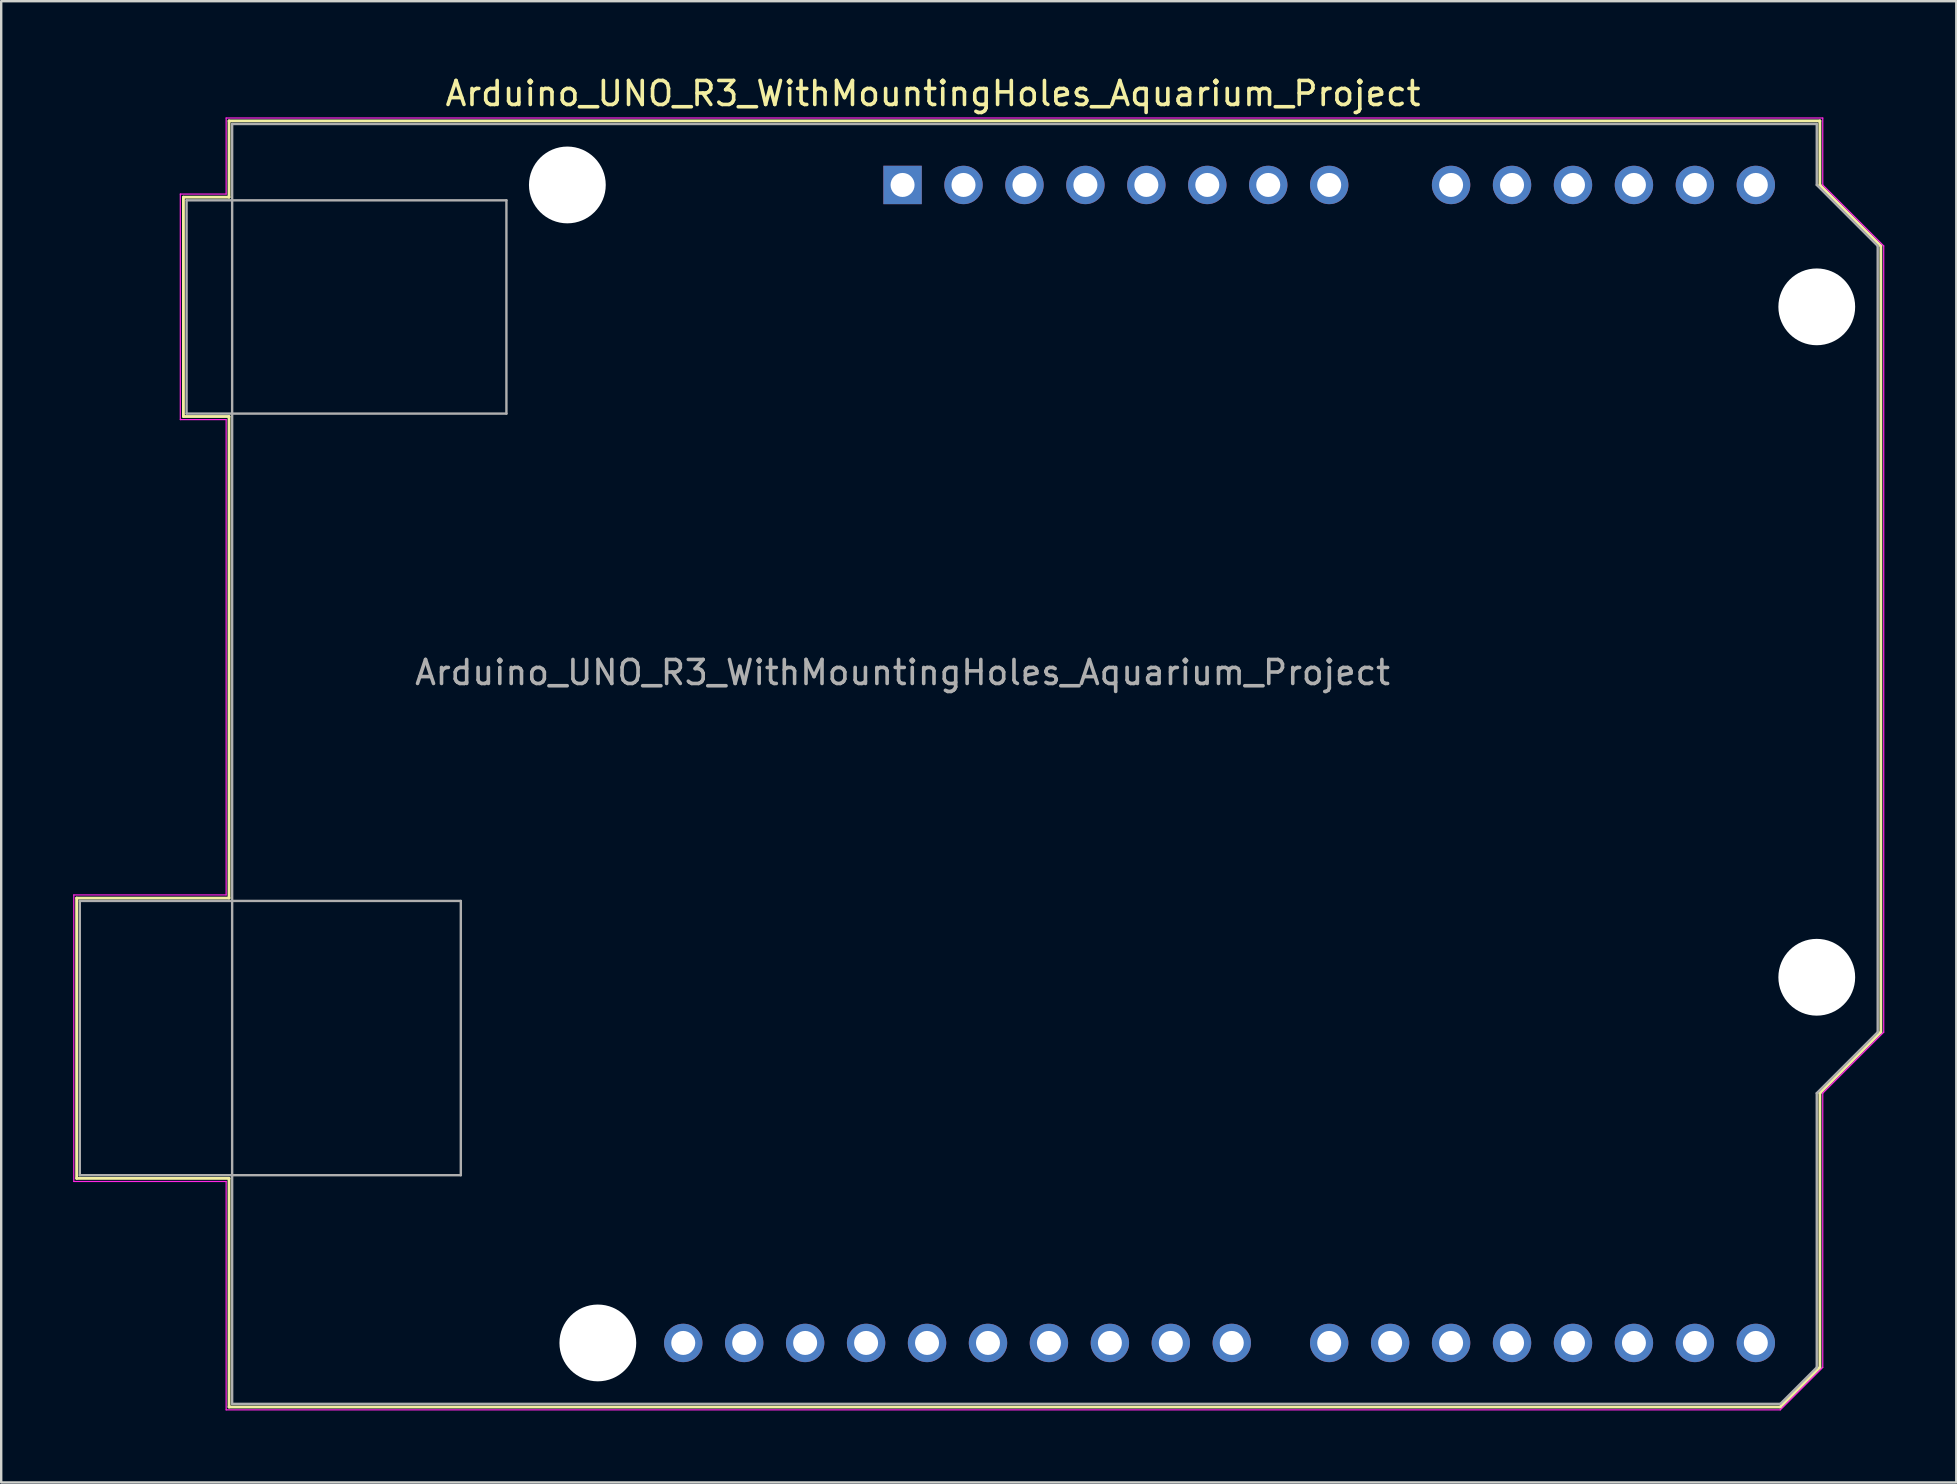
<source format=kicad_pcb>
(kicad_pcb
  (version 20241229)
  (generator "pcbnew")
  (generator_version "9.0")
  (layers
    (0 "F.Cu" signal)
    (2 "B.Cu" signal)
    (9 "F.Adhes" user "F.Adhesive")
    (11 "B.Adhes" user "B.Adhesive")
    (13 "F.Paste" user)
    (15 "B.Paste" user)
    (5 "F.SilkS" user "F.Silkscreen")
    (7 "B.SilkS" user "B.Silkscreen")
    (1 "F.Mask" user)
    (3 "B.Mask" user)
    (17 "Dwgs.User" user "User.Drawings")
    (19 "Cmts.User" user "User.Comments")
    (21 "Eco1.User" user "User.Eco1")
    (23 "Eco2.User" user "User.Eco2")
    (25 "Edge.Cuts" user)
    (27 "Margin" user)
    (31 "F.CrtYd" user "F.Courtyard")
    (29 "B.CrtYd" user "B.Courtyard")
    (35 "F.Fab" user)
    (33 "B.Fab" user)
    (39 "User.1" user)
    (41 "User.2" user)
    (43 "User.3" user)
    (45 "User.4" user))
  (footprint "Arduino_UNO_R3_WithMountingHoles_Aquarium_Project"
    (layer "F.Cu")
    (at 34.565 4.658)
    (property "Reference" "Arduino_UNO_R3_WithMountingHoles_Aquarium_Project" (at 1.27 -3.81 180) (layer "F.SilkS") (effects (font (size 1 1) (thickness 0.15))))
    (attr through_hole)
    (fp_line (start -34.42 29.72) (end -34.42 41.4) (stroke (width 0.12) (type solid)) (layer "F.SilkS"))
    (fp_line (start -34.42 41.4) (end -28.07 41.4) (stroke (width 0.12) (type solid)) (layer "F.SilkS"))
    (fp_line (start -29.97 0.51) (end -29.97 9.65) (stroke (width 0.12) (type solid)) (layer "F.SilkS"))
    (fp_line (start -29.97 9.65) (end -28.07 9.65) (stroke (width 0.12) (type solid)) (layer "F.SilkS"))
    (fp_line (start -28.07 -2.67) (end -28.07 0.51) (stroke (width 0.12) (type solid)) (layer "F.SilkS"))
    (fp_line (start -28.07 0.51) (end -29.97 0.51) (stroke (width 0.12) (type solid)) (layer "F.SilkS"))
    (fp_line (start -28.07 9.65) (end -28.07 29.72) (stroke (width 0.12) (type solid)) (layer "F.SilkS"))
    (fp_line (start -28.07 29.72) (end -34.42 29.72) (stroke (width 0.12) (type solid)) (layer "F.SilkS"))
    (fp_line (start -28.07 41.4) (end -28.07 50.93) (stroke (width 0.12) (type solid)) (layer "F.SilkS"))
    (fp_line (start -28.07 50.93) (end 36.58 50.93) (stroke (width 0.12) (type solid)) (layer "F.SilkS"))
    (fp_line (start 36.58 50.93) (end 38.23 49.28) (stroke (width 0.12) (type solid)) (layer "F.SilkS"))
    (fp_line (start 38.23 -2.67) (end -28.07 -2.67) (stroke (width 0.12) (type solid)) (layer "F.SilkS"))
    (fp_line (start 38.23 0) (end 38.23 -2.67) (stroke (width 0.12) (type solid)) (layer "F.SilkS"))
    (fp_line (start 38.23 37.85) (end 40.77 35.31) (stroke (width 0.12) (type solid)) (layer "F.SilkS"))
    (fp_line (start 38.23 49.28) (end 38.23 37.85) (stroke (width 0.12) (type solid)) (layer "F.SilkS"))
    (fp_line (start 40.77 2.54) (end 38.23 0) (stroke (width 0.12) (type solid)) (layer "F.SilkS"))
    (fp_line (start 40.77 35.31) (end 40.77 2.54) (stroke (width 0.12) (type solid)) (layer "F.SilkS"))
    (fp_line (start -34.54 29.59) (end -28.19 29.59) (stroke (width 0.05) (type solid)) (layer "F.CrtYd"))
    (fp_line (start -34.54 41.53) (end -34.54 29.59) (stroke (width 0.05) (type solid)) (layer "F.CrtYd"))
    (fp_line (start -30.1 0.38) (end -28.19 0.38) (stroke (width 0.05) (type solid)) (layer "F.CrtYd"))
    (fp_line (start -30.1 9.78) (end -30.1 0.38) (stroke (width 0.05) (type solid)) (layer "F.CrtYd"))
    (fp_line (start -28.19 -2.79) (end 38.35 -2.79) (stroke (width 0.05) (type solid)) (layer "F.CrtYd"))
    (fp_line (start -28.19 0.38) (end -28.19 -2.79) (stroke (width 0.05) (type solid)) (layer "F.CrtYd"))
    (fp_line (start -28.19 9.78) (end -30.1 9.78) (stroke (width 0.05) (type solid)) (layer "F.CrtYd"))
    (fp_line (start -28.19 29.59) (end -28.19 9.78) (stroke (width 0.05) (type solid)) (layer "F.CrtYd"))
    (fp_line (start -28.19 41.53) (end -34.54 41.53) (stroke (width 0.05) (type solid)) (layer "F.CrtYd"))
    (fp_line (start -28.19 51.05) (end -28.19 41.53) (stroke (width 0.05) (type solid)) (layer "F.CrtYd"))
    (fp_line (start 36.58 51.05) (end -28.19 51.05) (stroke (width 0.05) (type solid)) (layer "F.CrtYd"))
    (fp_line (start 38.35 -2.79) (end 38.35 0) (stroke (width 0.05) (type solid)) (layer "F.CrtYd"))
    (fp_line (start 38.35 0) (end 40.89 2.54) (stroke (width 0.05) (type solid)) (layer "F.CrtYd"))
    (fp_line (start 38.35 37.85) (end 38.35 49.28) (stroke (width 0.05) (type solid)) (layer "F.CrtYd"))
    (fp_line (start 38.35 49.28) (end 36.58 51.05) (stroke (width 0.05) (type solid)) (layer "F.CrtYd"))
    (fp_line (start 40.89 2.54) (end 40.89 35.31) (stroke (width 0.05) (type solid)) (layer "F.CrtYd"))
    (fp_line (start 40.89 35.31) (end 38.35 37.85) (stroke (width 0.05) (type solid)) (layer "F.CrtYd"))
    (fp_line (start -34.29 29.84) (end -18.41 29.84) (stroke (width 0.1) (type solid)) (layer "F.Fab"))
    (fp_line (start -34.29 41.27) (end -34.29 29.84) (stroke (width 0.1) (type solid)) (layer "F.Fab"))
    (fp_line (start -29.84 0.64) (end -16.51 0.64) (stroke (width 0.1) (type solid)) (layer "F.Fab"))
    (fp_line (start -29.84 9.53) (end -29.84 0.64) (stroke (width 0.1) (type solid)) (layer "F.Fab"))
    (fp_line (start -27.94 -2.54) (end 38.1 -2.54) (stroke (width 0.1) (type solid)) (layer "F.Fab"))
    (fp_line (start -27.94 50.8) (end -27.94 -2.54) (stroke (width 0.1) (type solid)) (layer "F.Fab"))
    (fp_line (start -18.41 29.84) (end -18.41 41.27) (stroke (width 0.1) (type solid)) (layer "F.Fab"))
    (fp_line (start -18.41 41.27) (end -34.29 41.27) (stroke (width 0.1) (type solid)) (layer "F.Fab"))
    (fp_line (start -16.51 0.64) (end -16.51 9.53) (stroke (width 0.1) (type solid)) (layer "F.Fab"))
    (fp_line (start -16.51 9.53) (end -29.84 9.53) (stroke (width 0.1) (type solid)) (layer "F.Fab"))
    (fp_line (start 36.58 50.8) (end -27.94 50.8) (stroke (width 0.1) (type solid)) (layer "F.Fab"))
    (fp_line (start 38.1 -2.54) (end 38.1 0) (stroke (width 0.1) (type solid)) (layer "F.Fab"))
    (fp_line (start 38.1 0) (end 40.64 2.54) (stroke (width 0.1) (type solid)) (layer "F.Fab"))
    (fp_line (start 38.1 37.85) (end 38.1 49.28) (stroke (width 0.1) (type solid)) (layer "F.Fab"))
    (fp_line (start 38.1 49.28) (end 36.58 50.8) (stroke (width 0.1) (type solid)) (layer "F.Fab"))
    (fp_line (start 40.64 2.54) (end 40.64 35.31) (stroke (width 0.1) (type solid)) (layer "F.Fab"))
    (fp_line (start 40.64 35.31) (end 38.1 37.85) (stroke (width 0.1) (type solid)) (layer "F.Fab"))
    (fp_text user "${REFERENCE}" (at 0 20.32 180) (layer "F.Fab") (effects (font (size 1 1) (thickness 0.15))))
    (pad "" np_thru_hole circle (at -13.97 0 90) (size 3.2 3.2) (drill 3.2) (layers "*.Cu" "*.Mask"))
    (pad "" np_thru_hole circle (at -12.7 48.26 90) (size 3.2 3.2) (drill 3.2) (layers "*.Cu" "*.Mask"))
    (pad "" np_thru_hole circle (at 38.1 5.08 90) (size 3.2 3.2) (drill 3.2) (layers "*.Cu" "*.Mask"))
    (pad "" np_thru_hole circle (at 38.1 33.02 90) (size 3.2 3.2) (drill 3.2) (layers "*.Cu" "*.Mask"))
    (pad "1" thru_hole rect (at 0 0 90) (size 1.6 1.6) (drill 1) (layers "*.Cu" "*.Mask"))
    (pad "2" thru_hole oval (at 2.54 0 90) (size 1.6 1.6) (drill 1) (layers "*.Cu" "*.Mask"))
    (pad "3" thru_hole oval (at 5.08 0 90) (size 1.6 1.6) (drill 1) (layers "*.Cu" "*.Mask"))
    (pad "4" thru_hole oval (at 7.62 0 90) (size 1.6 1.6) (drill 1) (layers "*.Cu" "*.Mask"))
    (pad "5" thru_hole oval (at 10.16 0 90) (size 1.6 1.6) (drill 1) (layers "*.Cu" "*.Mask"))
    (pad "6" thru_hole oval (at 12.7 0 90) (size 1.6 1.6) (drill 1) (layers "*.Cu" "*.Mask"))
    (pad "7" thru_hole oval (at 15.24 0 90) (size 1.6 1.6) (drill 1) (layers "*.Cu" "*.Mask"))
    (pad "8" thru_hole oval (at 17.78 0 90) (size 1.6 1.6) (drill 1) (layers "*.Cu" "*.Mask"))
    (pad "9" thru_hole oval (at 22.86 0 90) (size 1.6 1.6) (drill 1) (layers "*.Cu" "*.Mask"))
    (pad "10" thru_hole oval (at 25.4 0 90) (size 1.6 1.6) (drill 1) (layers "*.Cu" "*.Mask"))
    (pad "11" thru_hole oval (at 27.94 0 90) (size 1.6 1.6) (drill 1) (layers "*.Cu" "*.Mask"))
    (pad "12" thru_hole oval (at 30.48 0 90) (size 1.6 1.6) (drill 1) (layers "*.Cu" "*.Mask"))
    (pad "13" thru_hole oval (at 33.02 0 90) (size 1.6 1.6) (drill 1) (layers "*.Cu" "*.Mask"))
    (pad "14" thru_hole oval (at 35.56 0 90) (size 1.6 1.6) (drill 1) (layers "*.Cu" "*.Mask"))
    (pad "15" thru_hole oval (at 35.56 48.26 90) (size 1.6 1.6) (drill 1) (layers "*.Cu" "*.Mask"))
    (pad "16" thru_hole oval (at 33.02 48.26 90) (size 1.6 1.6) (drill 1) (layers "*.Cu" "*.Mask"))
    (pad "17" thru_hole oval (at 30.48 48.26 90) (size 1.6 1.6) (drill 1) (layers "*.Cu" "*.Mask"))
    (pad "18" thru_hole oval (at 27.94 48.26 90) (size 1.6 1.6) (drill 1) (layers "*.Cu" "*.Mask"))
    (pad "19" thru_hole oval (at 25.4 48.26 90) (size 1.6 1.6) (drill 1) (layers "*.Cu" "*.Mask"))
    (pad "20" thru_hole oval (at 22.86 48.26 90) (size 1.6 1.6) (drill 1) (layers "*.Cu" "*.Mask"))
    (pad "21" thru_hole oval (at 20.32 48.26 90) (size 1.6 1.6) (drill 1) (layers "*.Cu" "*.Mask"))
    (pad "22" thru_hole oval (at 17.78 48.26 90) (size 1.6 1.6) (drill 1) (layers "*.Cu" "*.Mask"))
    (pad "23" thru_hole oval (at 13.72 48.26 90) (size 1.6 1.6) (drill 1) (layers "*.Cu" "*.Mask"))
    (pad "24" thru_hole oval (at 11.18 48.26 90) (size 1.6 1.6) (drill 1) (layers "*.Cu" "*.Mask"))
    (pad "25" thru_hole oval (at 8.64 48.26 90) (size 1.6 1.6) (drill 1) (layers "*.Cu" "*.Mask"))
    (pad "26" thru_hole oval (at 6.1 48.26 90) (size 1.6 1.6) (drill 1) (layers "*.Cu" "*.Mask"))
    (pad "27" thru_hole oval (at 3.56 48.26 90) (size 1.6 1.6) (drill 1) (layers "*.Cu" "*.Mask"))
    (pad "28" thru_hole oval (at 1.02 48.26 90) (size 1.6 1.6) (drill 1) (layers "*.Cu" "*.Mask"))
    (pad "29" thru_hole oval (at -1.52 48.26 90) (size 1.6 1.6) (drill 1) (layers "*.Cu" "*.Mask"))
    (pad "30" thru_hole oval (at -4.06 48.26 90) (size 1.6 1.6) (drill 1) (layers "*.Cu" "*.Mask"))
    (pad "31" thru_hole oval (at -6.6 48.26 90) (size 1.6 1.6) (drill 1) (layers "*.Cu" "*.Mask"))
    (pad "32" thru_hole oval (at -9.14 48.26 90) (size 1.6 1.6) (drill 1) (layers "*.Cu" "*.Mask")))
  (gr_rect
    (start -3 -3)
    (end 78.48 58.733)
    (stroke (width 0.1) (type default))
    (fill no)
    (layer "Edge.Cuts")))
</source>
